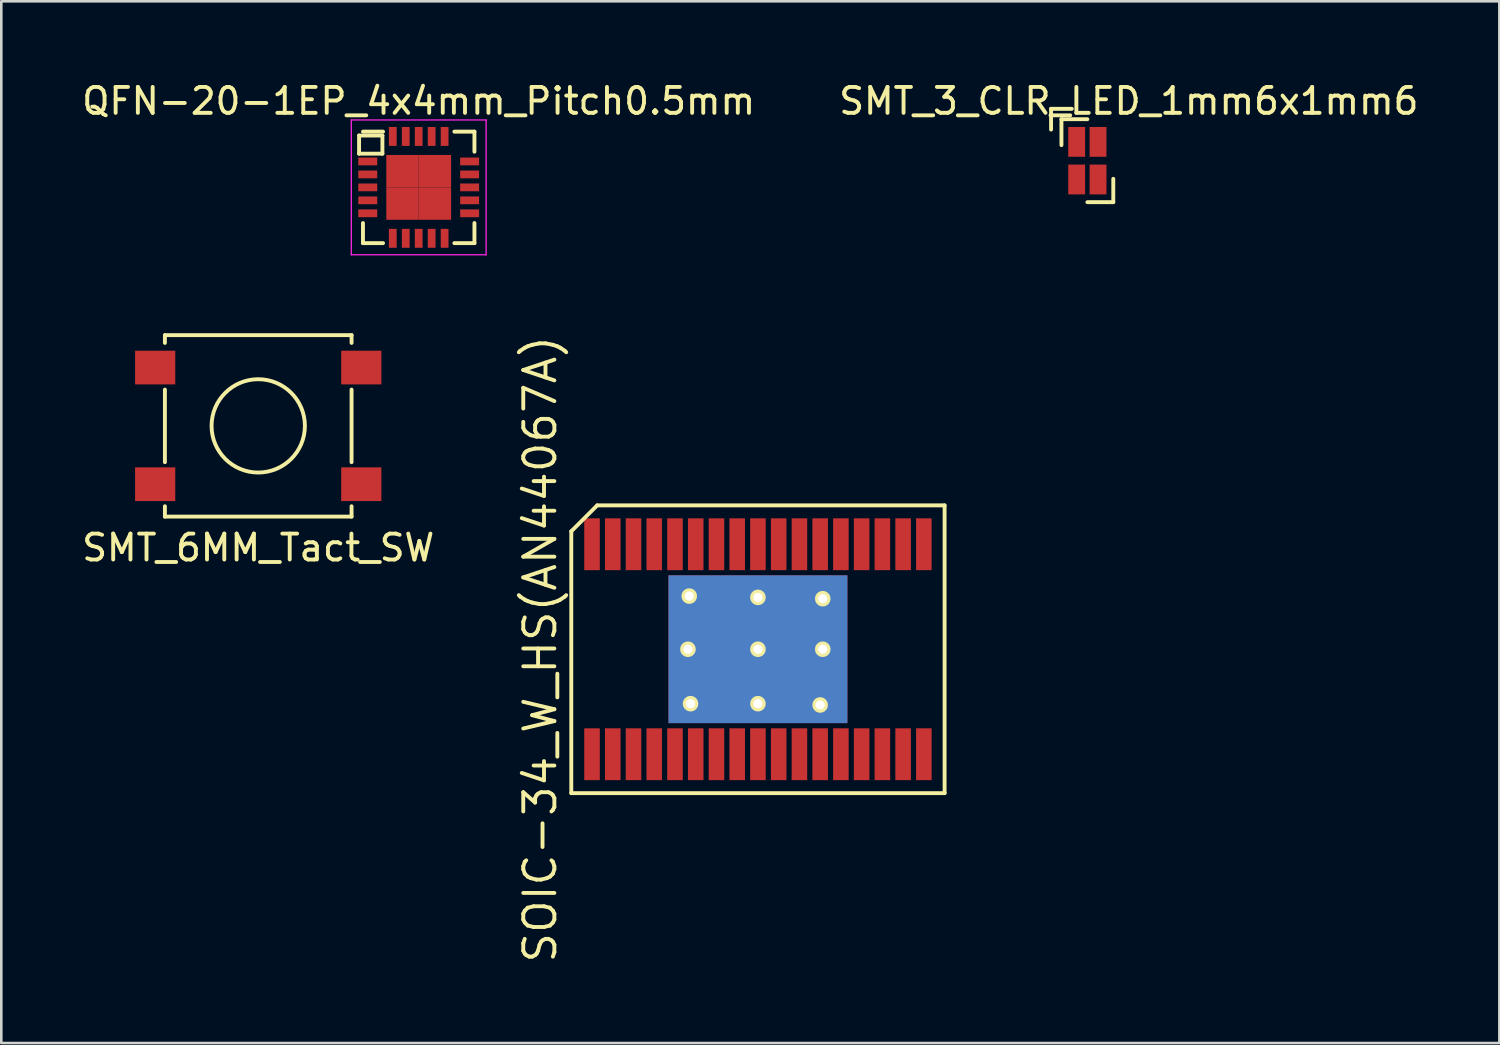
<source format=kicad_pcb>
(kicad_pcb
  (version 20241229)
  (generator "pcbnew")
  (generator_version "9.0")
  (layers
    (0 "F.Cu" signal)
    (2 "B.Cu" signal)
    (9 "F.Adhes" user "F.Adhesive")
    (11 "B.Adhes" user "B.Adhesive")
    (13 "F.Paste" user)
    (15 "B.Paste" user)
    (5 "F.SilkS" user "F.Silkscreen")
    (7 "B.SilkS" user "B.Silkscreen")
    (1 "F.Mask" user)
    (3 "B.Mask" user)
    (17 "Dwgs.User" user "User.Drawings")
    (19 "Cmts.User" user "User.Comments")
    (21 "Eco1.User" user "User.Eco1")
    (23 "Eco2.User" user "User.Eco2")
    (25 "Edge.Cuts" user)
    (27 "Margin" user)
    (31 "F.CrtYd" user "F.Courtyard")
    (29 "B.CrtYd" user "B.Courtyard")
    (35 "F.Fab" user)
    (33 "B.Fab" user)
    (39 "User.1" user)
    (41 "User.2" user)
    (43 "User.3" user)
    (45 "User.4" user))
  (footprint "SOIC-34_W_HS(AN44067A)"
    (layer "F.Cu")
    (at 26.187 21.994)
    (property "Reference" "SOIC-34_W_HS(AN44067A)" (at -8.4 0 90) (layer "F.SilkS") (effects (font (size 1.2 1.2) (thickness 0.15))))
    (attr through_hole)
    (fp_line (start -7.2 -4.55) (end -7.2 5.55) (stroke (width 0.15) (type solid)) (layer "F.SilkS"))
    (fp_line (start -7.2 5.55) (end 7.2 5.55) (stroke (width 0.15) (type solid)) (layer "F.SilkS"))
    (fp_line (start -6.2 -5.55) (end -7.2 -4.55) (stroke (width 0.15) (type solid)) (layer "F.SilkS"))
    (fp_line (start 7.2 -5.55) (end -6.2 -5.55) (stroke (width 0.15) (type solid)) (layer "F.SilkS"))
    (fp_line (start 7.2 5.55) (end 7.2 -5.55) (stroke (width 0.15) (type solid)) (layer "F.SilkS"))
    (pad "1" smd rect (at -6.4 4.05) (size 0.6 2) (layers "F.Cu" "F.Mask" "F.Paste"))
    (pad "2" smd rect (at -5.6 4.05) (size 0.6 2) (layers "F.Cu" "F.Mask" "F.Paste"))
    (pad "3" smd rect (at -4.8 4.05) (size 0.6 2) (layers "F.Cu" "F.Mask" "F.Paste"))
    (pad "4" smd rect (at -4 4.05) (size 0.6 2) (layers "F.Cu" "F.Mask" "F.Paste"))
    (pad "5" smd rect (at -3.2 4.05) (size 0.6 2) (layers "F.Cu" "F.Mask" "F.Paste"))
    (pad "6" smd rect (at -2.4 4.05) (size 0.6 2) (layers "F.Cu" "F.Mask" "F.Paste"))
    (pad "7" smd rect (at -1.6 4.05) (size 0.6 2) (layers "F.Cu" "F.Mask" "F.Paste"))
    (pad "8" smd rect (at -0.8 4.05) (size 0.6 2) (layers "F.Cu" "F.Mask" "F.Paste"))
    (pad "9" smd rect (at 0 4.05) (size 0.6 2) (layers "F.Cu" "F.Mask" "F.Paste"))
    (pad "10" smd rect (at 0.8 4.05) (size 0.6 2) (layers "F.Cu" "F.Mask" "F.Paste"))
    (pad "11" smd rect (at 1.6 4.05) (size 0.6 2) (layers "F.Cu" "F.Mask" "F.Paste"))
    (pad "12" smd rect (at 2.4 4.05) (size 0.6 2) (layers "F.Cu" "F.Mask" "F.Paste"))
    (pad "13" smd rect (at 3.2 4.05) (size 0.6 2) (layers "F.Cu" "F.Mask" "F.Paste"))
    (pad "14" smd rect (at 4 4.05) (size 0.6 2) (layers "F.Cu" "F.Mask" "F.Paste"))
    (pad "15" smd rect (at 4.8 4.05) (size 0.6 2) (layers "F.Cu" "F.Mask" "F.Paste"))
    (pad "16" smd rect (at 5.6 4.05) (size 0.6 2) (layers "F.Cu" "F.Mask" "F.Paste"))
    (pad "17" smd rect (at 6.4 4.05) (size 0.6 2) (layers "F.Cu" "F.Mask" "F.Paste"))
    (pad "18" smd rect (at 6.4 -4.05) (size 0.6 2) (layers "F.Cu" "F.Mask" "F.Paste"))
    (pad "19" smd rect (at 5.6 -4.05) (size 0.6 2) (layers "F.Cu" "F.Mask" "F.Paste"))
    (pad "20" smd rect (at 4.8 -4.05) (size 0.6 2) (layers "F.Cu" "F.Mask" "F.Paste"))
    (pad "21" smd rect (at 4 -4.05) (size 0.6 2) (layers "F.Cu" "F.Mask" "F.Paste"))
    (pad "22" smd rect (at 3.2 -4.05) (size 0.6 2) (layers "F.Cu" "F.Mask" "F.Paste"))
    (pad "23" smd rect (at 2.4 -4.05) (size 0.6 2) (layers "F.Cu" "F.Mask" "F.Paste"))
    (pad "24" smd rect (at 1.6 -4.05) (size 0.6 2) (layers "F.Cu" "F.Mask" "F.Paste"))
    (pad "25" smd rect (at 0.8 -4.05) (size 0.6 2) (layers "F.Cu" "F.Mask" "F.Paste"))
    (pad "26" smd rect (at 0 -4.05) (size 0.6 2) (layers "F.Cu" "F.Mask" "F.Paste"))
    (pad "27" smd rect (at -0.8 -4.05) (size 0.6 2) (layers "F.Cu" "F.Mask" "F.Paste"))
    (pad "28" smd rect (at -1.6 -4.05) (size 0.6 2) (layers "F.Cu" "F.Mask" "F.Paste"))
    (pad "29" smd rect (at -2.4 -4.05) (size 0.6 2) (layers "F.Cu" "F.Mask" "F.Paste"))
    (pad "30" smd rect (at -3.2 -4.05) (size 0.6 2) (layers "F.Cu" "F.Mask" "F.Paste"))
    (pad "31" smd rect (at -4 -4.05) (size 0.6 2) (layers "F.Cu" "F.Mask" "F.Paste"))
    (pad "32" smd rect (at -4.8 -4.05) (size 0.6 2) (layers "F.Cu" "F.Mask" "F.Paste"))
    (pad "33" smd rect (at -5.6 -4.05) (size 0.6 2) (layers "F.Cu" "F.Mask" "F.Paste"))
    (pad "34" smd rect (at -6.4 -4.05) (size 0.6 2) (layers "F.Cu" "F.Mask" "F.Paste"))
    (pad "EP" thru_hole circle (at -2.7 0) (size 0.6 0.6) (drill 0.35) (layers "*.Cu" "F.Mask" "F.SilkS"))
    (pad "EP" thru_hole circle (at -2.65 -2.05) (size 0.6 0.6) (drill 0.35) (layers "*.Cu" "F.Mask" "F.SilkS"))
    (pad "EP" thru_hole circle (at -2.6 2.1) (size 0.6 0.6) (drill 0.35) (layers "*.Cu" "F.Mask" "F.SilkS"))
    (pad "EP" thru_hole circle (at 0 -2) (size 0.6 0.6) (drill 0.35) (layers "*.Cu" "F.Mask" "F.SilkS"))
    (pad "EP" thru_hole circle (at 0 0) (size 0.6 0.6) (drill 0.35) (layers "*.Cu" "F.Mask" "F.SilkS"))
    (pad "EP" smd rect (at 0 0) (size 6.9 5.7) (layers "F.Cu" "F.Mask" "F.Paste"))
    (pad "EP" thru_hole circle (at 0 2.1) (size 0.6 0.6) (drill 0.35) (layers "*.Cu" "F.Mask" "F.SilkS"))
    (pad "EP" thru_hole circle (at 2.4 2.15) (size 0.6 0.6) (drill 0.35) (layers "*.Cu" "F.Mask" "F.SilkS"))
    (pad "EP" thru_hole circle (at 2.5 -1.95) (size 0.6 0.6) (drill 0.35) (layers "*.Cu" "F.Mask" "F.SilkS"))
    (pad "EP" thru_hole circle (at 2.5 0) (size 0.6 0.6) (drill 0.35) (layers "*.Cu" "F.Mask" "F.SilkS"))
    (pad "EP2" smd rect (at 0 0) (size 6.9 5.7) (layers "B.Cu")))
  (footprint "SMT_6MM_Tact_SW"
    (layer "F.Cu")
    (at 6.911 13.378)
    (property "Reference" "SMT_6MM_Tact_SW" (at 0 4.7 0) (layer "F.SilkS") (effects (font (size 1 1) (thickness 0.15))))
    (attr through_hole)
    (fp_line (start -3.6 -3.5) (end 3.6 -3.5) (stroke (width 0.15) (type solid)) (layer "F.SilkS"))
    (fp_line (start -3.6 -3.2) (end -3.6 -3.5) (stroke (width 0.15) (type solid)) (layer "F.SilkS"))
    (fp_line (start -3.6 -1.4) (end -3.6 1.4) (stroke (width 0.15) (type solid)) (layer "F.SilkS"))
    (fp_line (start -3.6 3.1) (end -3.6 3.5) (stroke (width 0.15) (type solid)) (layer "F.SilkS"))
    (fp_line (start -3.6 3.5) (end 3.6 3.5) (stroke (width 0.15) (type solid)) (layer "F.SilkS"))
    (fp_line (start 3.6 -3.5) (end 3.6 -3.2) (stroke (width 0.15) (type solid)) (layer "F.SilkS"))
    (fp_line (start 3.6 -1.4) (end 3.6 1.4) (stroke (width 0.15) (type solid)) (layer "F.SilkS"))
    (fp_line (start 3.6 3.5) (end 3.6 3.1) (stroke (width 0.15) (type solid)) (layer "F.SilkS"))
    (fp_circle (center 0 0) (end 1.8 0) (stroke (width 0.15) (type solid)) (fill no) (layer "F.SilkS"))
    (pad "1" smd rect (at -3.975 -2.25) (size 1.55 1.3) (layers "F.Cu" "F.Mask" "F.Paste"))
    (pad "2" smd rect (at 3.975 -2.25) (size 1.55 1.3) (layers "F.Cu" "F.Mask" "F.Paste"))
    (pad "3" smd rect (at -3.975 2.25) (size 1.55 1.3) (layers "F.Cu" "F.Mask" "F.Paste"))
    (pad "4" smd rect (at 3.975 2.25) (size 1.55 1.3) (layers "F.Cu" "F.Mask" "F.Paste")))
  (footprint "QFN-20-1EP_4x4mm_Pitch0.5mm"
    (layer "F.Cu")
    (at 13.101 4.178)
    (property "Reference" "QFN-20-1EP_4x4mm_Pitch0.5mm" (at 0 -3.33 0) (layer "F.SilkS") (effects (font (size 1 1) (thickness 0.15))))
    (attr smd)
    (fp_line (start -2.3 -2) (end -1.4 -2) (stroke (width 0.15) (type solid)) (layer "F.SilkS"))
    (fp_line (start -2.3 -1.3) (end -2.3 -2) (stroke (width 0.15) (type solid)) (layer "F.SilkS"))
    (fp_line (start -2.15 -2.15) (end -1.375 -2.15) (stroke (width 0.15) (type solid)) (layer "F.SilkS"))
    (fp_line (start -2.15 2.15) (end -2.15 1.375) (stroke (width 0.15) (type solid)) (layer "F.SilkS"))
    (fp_line (start -2.15 2.15) (end -1.375 2.15) (stroke (width 0.15) (type solid)) (layer "F.SilkS"))
    (fp_line (start -1.4 -2) (end -1.4 -1.3) (stroke (width 0.15) (type solid)) (layer "F.SilkS"))
    (fp_line (start -1.4 -1.3) (end -2.3 -1.3) (stroke (width 0.15) (type solid)) (layer "F.SilkS"))
    (fp_line (start 2.15 -2.15) (end 1.375 -2.15) (stroke (width 0.15) (type solid)) (layer "F.SilkS"))
    (fp_line (start 2.15 -2.15) (end 2.15 -1.375) (stroke (width 0.15) (type solid)) (layer "F.SilkS"))
    (fp_line (start 2.15 2.15) (end 1.375 2.15) (stroke (width 0.15) (type solid)) (layer "F.SilkS"))
    (fp_line (start 2.15 2.15) (end 2.15 1.375) (stroke (width 0.15) (type solid)) (layer "F.SilkS"))
    (fp_line (start -2.6 -2.6) (end -2.6 2.6) (stroke (width 0.05) (type solid)) (layer "F.CrtYd"))
    (fp_line (start -2.6 -2.6) (end 2.6 -2.6) (stroke (width 0.05) (type solid)) (layer "F.CrtYd"))
    (fp_line (start -2.6 2.6) (end 2.6 2.6) (stroke (width 0.05) (type solid)) (layer "F.CrtYd"))
    (fp_line (start 2.6 -2.6) (end 2.6 2.6) (stroke (width 0.05) (type solid)) (layer "F.CrtYd"))
    (pad "1" smd rect (at -1.965 -1) (size 0.73 0.3) (layers "F.Cu" "F.Mask" "F.Paste"))
    (pad "2" smd rect (at -1.965 -0.5) (size 0.73 0.3) (layers "F.Cu" "F.Mask" "F.Paste"))
    (pad "3" smd rect (at -1.965 0) (size 0.73 0.3) (layers "F.Cu" "F.Mask" "F.Paste"))
    (pad "4" smd rect (at -1.965 0.5) (size 0.73 0.3) (layers "F.Cu" "F.Mask" "F.Paste"))
    (pad "5" smd rect (at -1.965 1) (size 0.73 0.3) (layers "F.Cu" "F.Mask" "F.Paste"))
    (pad "6" smd rect (at -1 1.965 90) (size 0.73 0.3) (layers "F.Cu" "F.Mask" "F.Paste"))
    (pad "7" smd rect (at -0.5 1.965 90) (size 0.73 0.3) (layers "F.Cu" "F.Mask" "F.Paste"))
    (pad "8" smd rect (at 0 1.965 90) (size 0.73 0.3) (layers "F.Cu" "F.Mask" "F.Paste"))
    (pad "9" smd rect (at 0.5 1.965 90) (size 0.73 0.3) (layers "F.Cu" "F.Mask" "F.Paste"))
    (pad "10" smd rect (at 1 1.965 90) (size 0.73 0.3) (layers "F.Cu" "F.Mask" "F.Paste"))
    (pad "11" smd rect (at 1.965 1) (size 0.73 0.3) (layers "F.Cu" "F.Mask" "F.Paste"))
    (pad "12" smd rect (at 1.965 0.5) (size 0.73 0.3) (layers "F.Cu" "F.Mask" "F.Paste"))
    (pad "13" smd rect (at 1.965 0) (size 0.73 0.3) (layers "F.Cu" "F.Mask" "F.Paste"))
    (pad "14" smd rect (at 1.965 -0.5) (size 0.73 0.3) (layers "F.Cu" "F.Mask" "F.Paste"))
    (pad "15" smd rect (at 1.965 -1) (size 0.73 0.3) (layers "F.Cu" "F.Mask" "F.Paste"))
    (pad "16" smd rect (at 1 -1.965 90) (size 0.73 0.3) (layers "F.Cu" "F.Mask" "F.Paste"))
    (pad "17" smd rect (at 0.5 -1.965 90) (size 0.73 0.3) (layers "F.Cu" "F.Mask" "F.Paste"))
    (pad "18" smd rect (at 0 -1.965 90) (size 0.73 0.3) (layers "F.Cu" "F.Mask" "F.Paste"))
    (pad "19" smd rect (at -0.5 -1.965 90) (size 0.73 0.3) (layers "F.Cu" "F.Mask" "F.Paste"))
    (pad "20" smd rect (at -1 -1.965 90) (size 0.73 0.3) (layers "F.Cu" "F.Mask" "F.Paste"))
    (pad "21" smd rect (at -0.625 -0.625) (size 1.25 1.25) (layers "F.Cu" "F.Mask" "F.Paste"))
    (pad "21" smd rect (at -0.625 0.625) (size 1.25 1.25) (layers "F.Cu" "F.Mask" "F.Paste"))
    (pad "21" smd rect (at 0.625 -0.625) (size 1.25 1.25) (layers "F.Cu" "F.Mask" "F.Paste"))
    (pad "21" smd rect (at 0.625 0.625) (size 1.25 1.25) (layers "F.Cu" "F.Mask" "F.Paste")))
  (footprint "SMT_3_CLR_LED_1mm6x1mm6"
    (layer "F.Cu")
    (at 38.894 3.148)
    (property "Reference" "SMT_3_CLR_LED_1mm6x1mm6" (at 1.6 -2.3 0) (layer "F.SilkS") (effects (font (size 1 1) (thickness 0.15))))
    (attr through_hole)
    (fp_line (start -1.4 -2) (end -1.4 -1.2) (stroke (width 0.15) (type solid)) (layer "F.SilkS"))
    (fp_line (start -1.4 -2) (end -0.6 -2) (stroke (width 0.15) (type solid)) (layer "F.SilkS"))
    (fp_line (start -1 -1.6) (end -1 -0.6) (stroke (width 0.15) (type solid)) (layer "F.SilkS"))
    (fp_line (start -1 -1.6) (end 0 -1.6) (stroke (width 0.15) (type solid)) (layer "F.SilkS"))
    (fp_line (start 0 1.6) (end 1 1.6) (stroke (width 0.15) (type solid)) (layer "F.SilkS"))
    (fp_line (start 1 0.7) (end 1 1.6) (stroke (width 0.15) (type solid)) (layer "F.SilkS"))
    (pad "1" smd rect (at -0.412 -0.725) (size 0.65 1.15) (layers "F.Cu" "F.Mask" "F.Paste"))
    (pad "2" smd rect (at 0.412 -0.725) (size 0.65 1.15) (layers "F.Cu" "F.Mask" "F.Paste"))
    (pad "3" smd rect (at 0.412 0.725) (size 0.65 1.15) (layers "F.Cu" "F.Mask" "F.Paste"))
    (pad "4" smd rect (at -0.412 0.725) (size 0.65 1.15) (layers "F.Cu" "F.Mask" "F.Paste")))
  (gr_rect
    (start -3 -3)
    (end 54.786 37.185)
    (stroke (width 0.1) (type default))
    (fill no)
    (layer "Edge.Cuts")))
</source>
